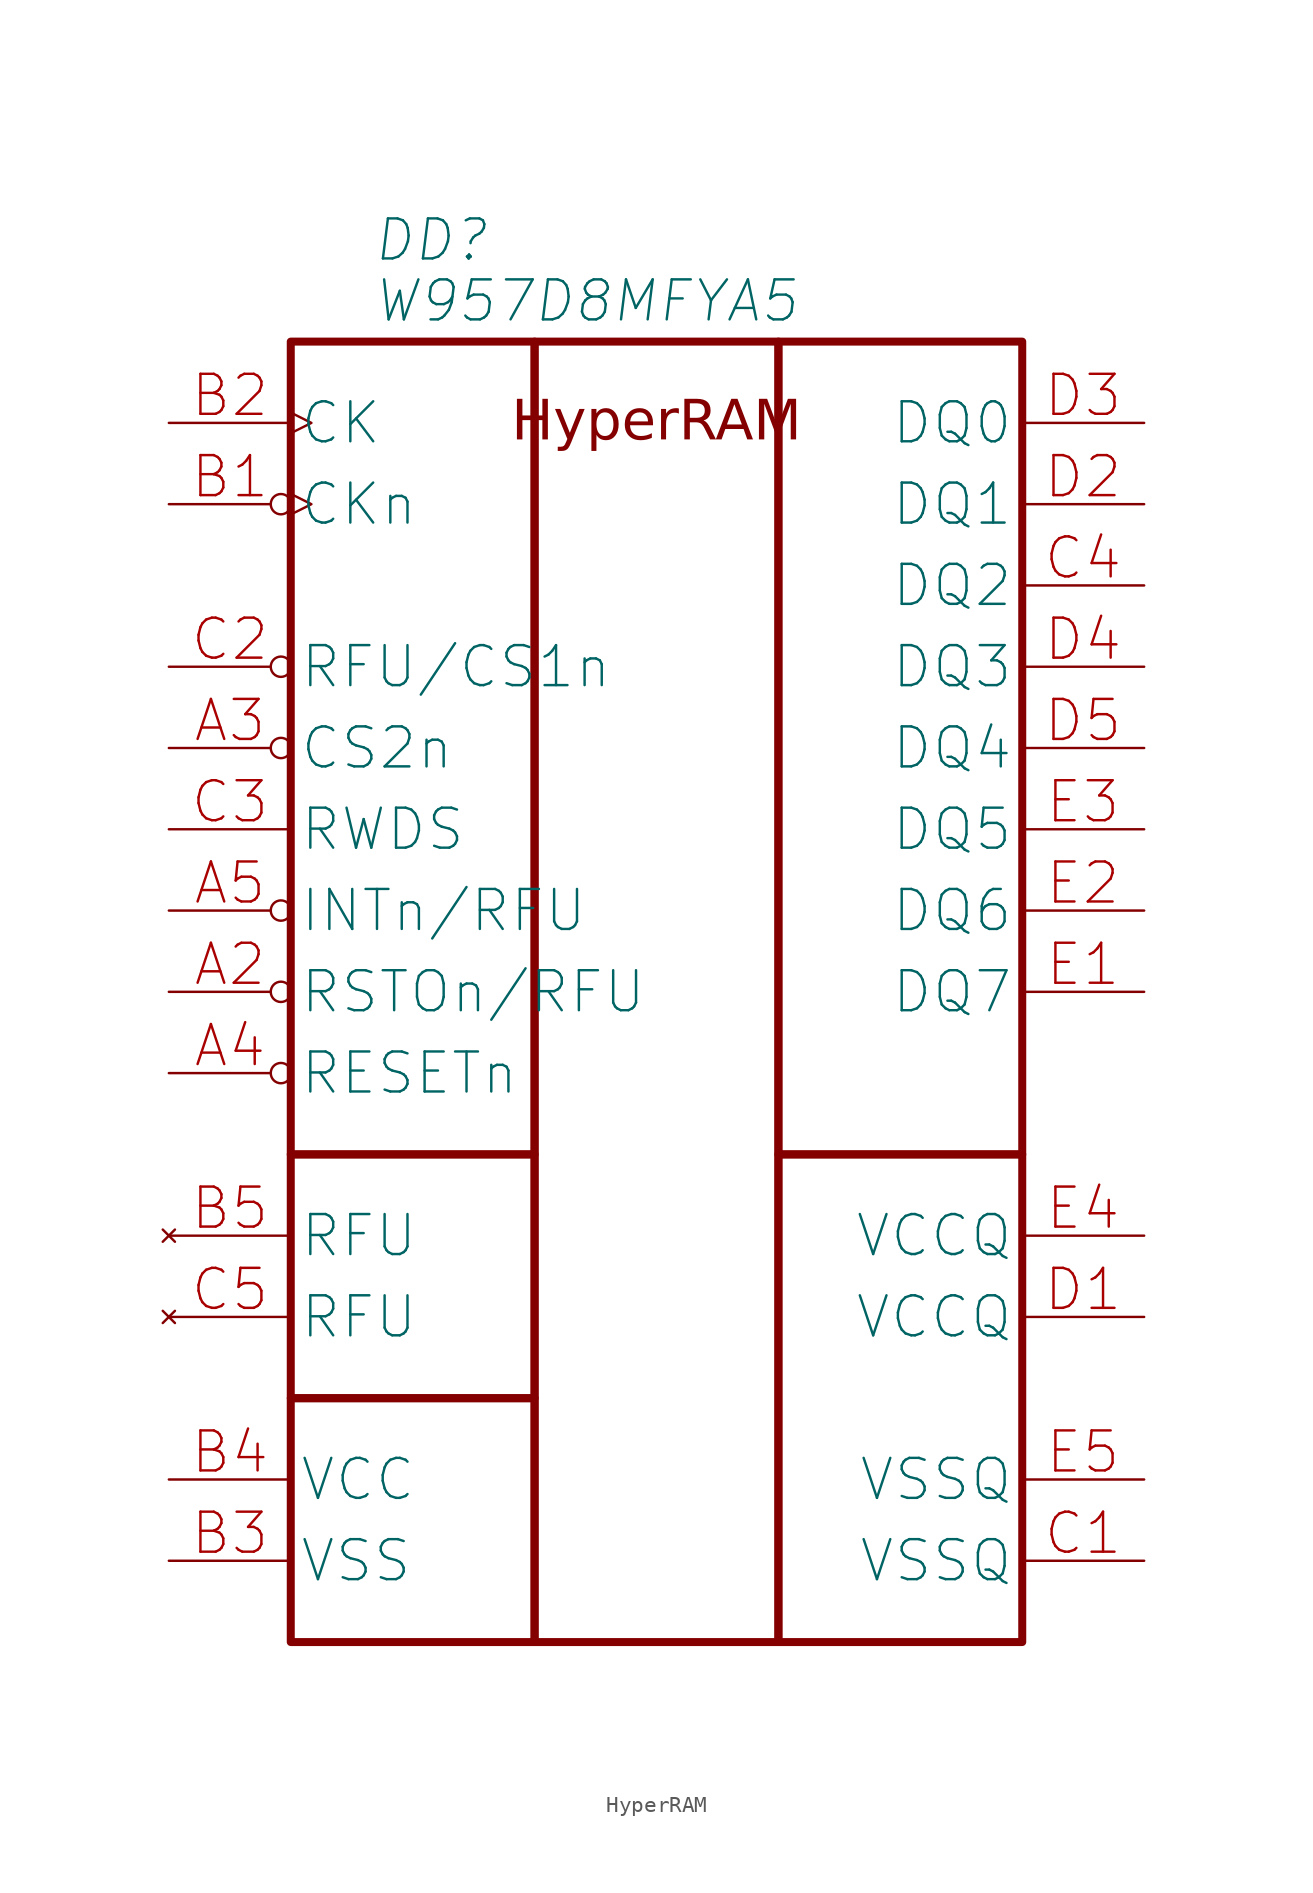
<source format=kicad_sym>
(kicad_symbol_lib
  (version 20231120)
  (generator "kicad_symbol_editor")
  (generator_version "8.0")
  (symbol "HyperRAM"
    (property "Reference" "DD"
      (at -17.78 6.35 0)
      (effects (font (size 2.5 2.5) (italic yes)) (justify left)))
    (property "Value" "W957D8MFYA5"
      (at -17.78 2.54 0)
      (effects (font (size 2.5 2.5) (italic yes)) (justify left)))
    (symbol "HyperRAM_1_1"
      (rectangle (start -22.86 -66.04) (end -7.62 -81.28) (stroke (width 0.5) (type default)) (fill (type none)))
      (rectangle (start -22.86 -50.8) (end -7.62 -66.04) (stroke (width 0.5) (type default)) (fill (type none)))
      (rectangle (start -22.86 0) (end -7.62 -50.8) (stroke (width 0.5) (type default)) (fill (type none)))
      (rectangle (start -7.62 0) (end 7.62 -81.28) (stroke (width 0.5) (type default)) (fill (type none)))
      (rectangle (start 7.62 -50.8) (end 22.86 -81.28) (stroke (width 0.5) (type default)) (fill (type none)))
      (rectangle (start 7.62 0) (end 22.86 -50.8) (stroke (width 0.5) (type default)) (fill (type none)))
      (text "HyperRAM" (at 0 -5.08 0) (effects (font (face "GOST type A") (size 2.489 2.489) (italic yes))))
      (pin open_collector inverted (at -30.48 -40.64 0) (length 7.64) (name "RSTOn/RFU" (effects (font (size 2.5 2.5)))) (number "A2" (effects (font (size 2.5 2.5)))))
      (pin input inverted (at -30.48 -25.4 0) (length 7.64) (name "CS2n" (effects (font (size 2.5 2.5)))) (number "A3" (effects (font (size 2.5 2.5)))))
      (pin input inverted (at -30.48 -45.72 0) (length 7.64) (name "RESETn" (effects (font (size 2.5 2.5)))) (number "A4" (effects (font (size 2.5 2.5)))))
      (pin open_collector inverted (at -30.48 -35.56 0) (length 7.64) (name "INTn/RFU" (effects (font (size 2.5 2.5)))) (number "A5" (effects (font (size 2.5 2.5)))))
      (pin input inverted_clock (at -30.48 -10.16 0) (length 7.64) (name "CKn" (effects (font (size 2.5 2.5)))) (number "B1" (effects (font (size 2.5 2.5)))))
      (pin input clock (at -30.48 -5.08 0) (length 7.64) (name "CK" (effects (font (size 2.5 2.5)))) (number "B2" (effects (font (size 2.5 2.5)))))
      (pin power_in line (at -30.48 -76.2 0) (length 7.64) (name "VSS" (effects (font (size 2.5 2.5)))) (number "B3" (effects (font (size 2.5 2.5)))))
      (pin power_in line (at -30.48 -71.12 0) (length 7.64) (name "VCC" (effects (font (size 2.5 2.5)))) (number "B4" (effects (font (size 2.5 2.5)))))
      (pin no_connect line (at -30.48 -55.88 0) (length 7.64) (name "RFU" (effects (font (size 2.5 2.5)))) (number "B5" (effects (font (size 2.5 2.5)))))
      (pin power_in line (at 30.48 -76.2 180) (length 7.64) (name "VSSQ" (effects (font (size 2.5 2.5)))) (number "C1" (effects (font (size 2.5 2.5)))))
      (pin input inverted (at -30.48 -20.32 0) (length 7.64) (name "RFU/CS1n" (effects (font (size 2.5 2.5)))) (number "C2" (effects (font (size 2.5 2.5)))))
      (pin bidirectional line (at -30.48 -30.48 0) (length 7.64) (name "RWDS" (effects (font (size 2.5 2.5)))) (number "C3" (effects (font (size 2.5 2.5)))))
      (pin bidirectional line (at 30.48 -15.24 180) (length 7.64) (name "DQ2" (effects (font (size 2.5 2.5)))) (number "C4" (effects (font (size 2.5 2.5)))))
      (pin no_connect line (at -30.48 -60.96 0) (length 7.64) (name "RFU" (effects (font (size 2.5 2.5)))) (number "C5" (effects (font (size 2.5 2.5)))))
      (pin power_in line (at 30.48 -60.96 180) (length 7.64) (name "VCCQ" (effects (font (size 2.5 2.5)))) (number "D1" (effects (font (size 2.5 2.5)))))
      (pin bidirectional line (at 30.48 -10.16 180) (length 7.64) (name "DQ1" (effects (font (size 2.5 2.5)))) (number "D2" (effects (font (size 2.5 2.5)))))
      (pin bidirectional line (at 30.48 -5.08 180) (length 7.64) (name "DQ0" (effects (font (size 2.5 2.5)))) (number "D3" (effects (font (size 2.5 2.5)))))
      (pin bidirectional line (at 30.48 -20.32 180) (length 7.64) (name "DQ3" (effects (font (size 2.5 2.5)))) (number "D4" (effects (font (size 2.5 2.5)))))
      (pin bidirectional line (at 30.48 -25.4 180) (length 7.64) (name "DQ4" (effects (font (size 2.5 2.5)))) (number "D5" (effects (font (size 2.5 2.5)))))
      (pin bidirectional line (at 30.48 -40.64 180) (length 7.64) (name "DQ7" (effects (font (size 2.5 2.5)))) (number "E1" (effects (font (size 2.5 2.5)))))
      (pin bidirectional line (at 30.48 -35.56 180) (length 7.64) (name "DQ6" (effects (font (size 2.5 2.5)))) (number "E2" (effects (font (size 2.5 2.5)))))
      (pin bidirectional line (at 30.48 -30.48 180) (length 7.64) (name "DQ5" (effects (font (size 2.5 2.5)))) (number "E3" (effects (font (size 2.5 2.5)))))
      (pin power_in line (at 30.48 -55.88 180) (length 7.64) (name "VCCQ" (effects (font (size 2.5 2.5)))) (number "E4" (effects (font (size 2.5 2.5)))))
      (pin power_in line (at 30.48 -71.12 180) (length 7.64) (name "VSSQ" (effects (font (size 2.5 2.5)))) (number "E5" (effects (font (size 2.5 2.5))))))))
</source>
